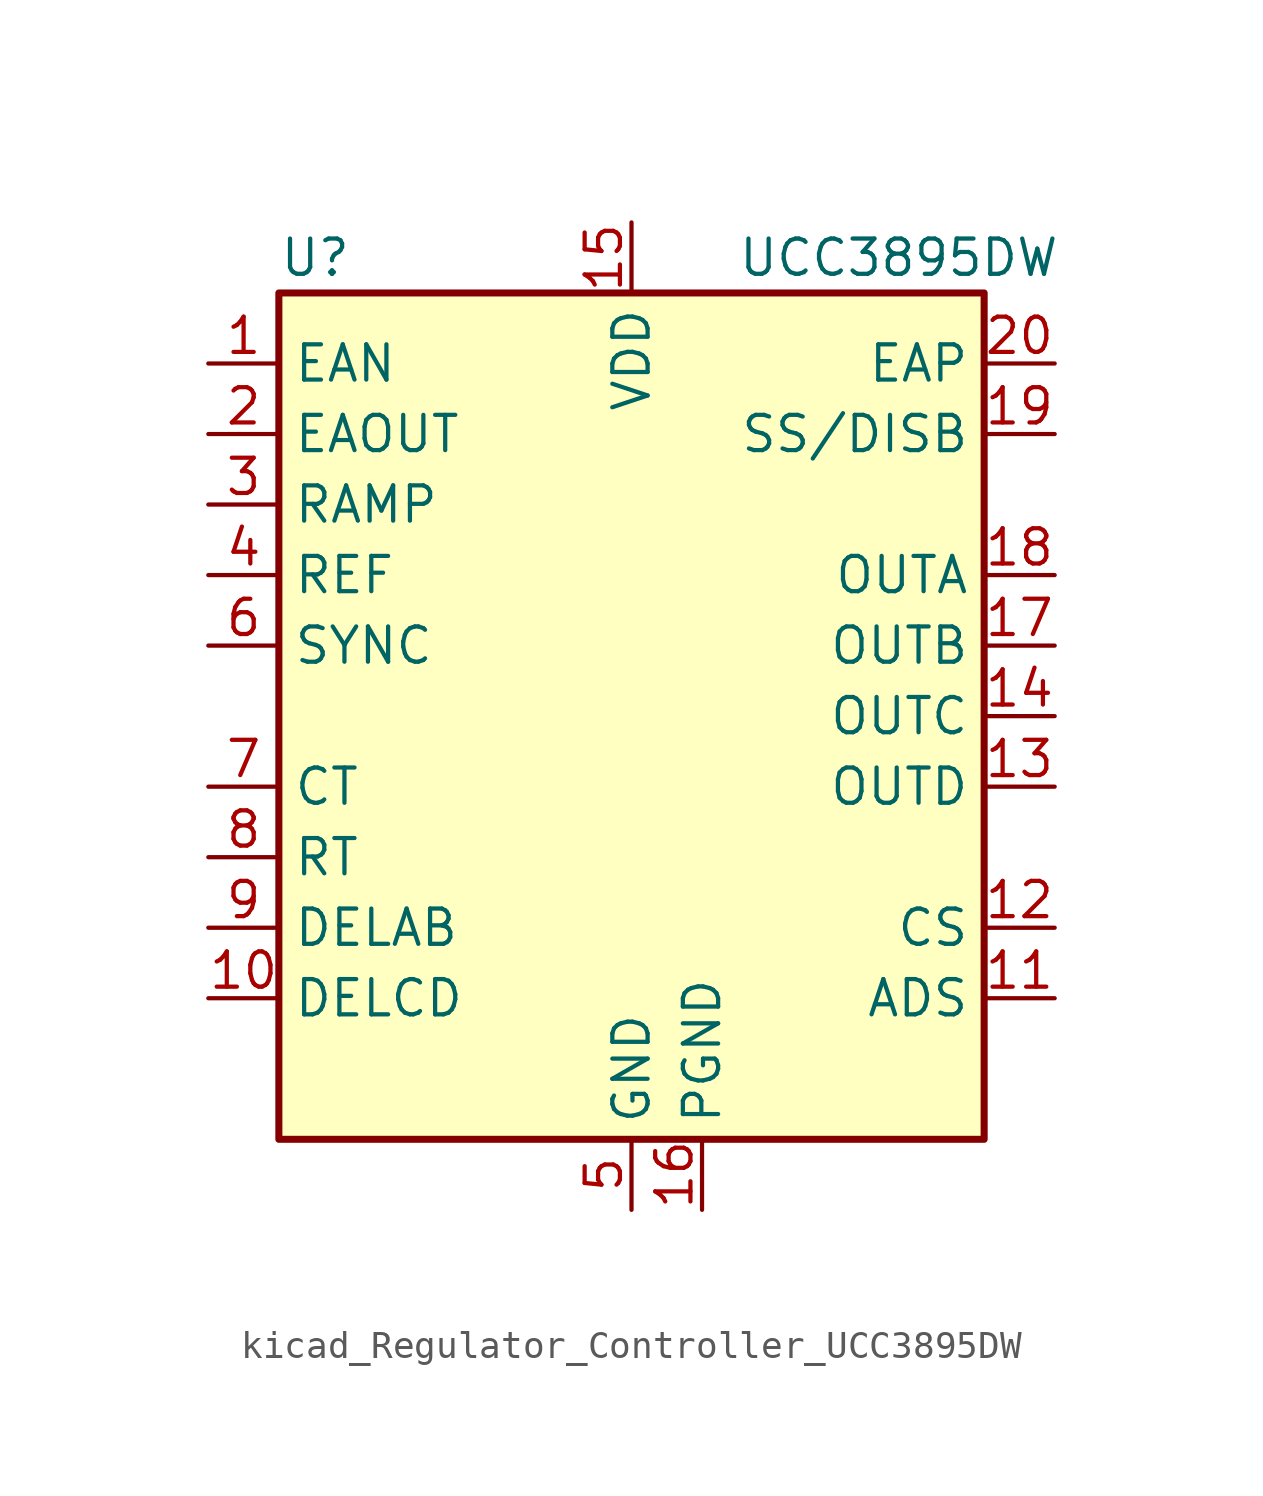
<source format=kicad_sym>
(kicad_symbol_lib
  (version 20220914)
  (generator kicad_symbol_editor)
  (symbol "kicad_Regulator_Controller_UCC3895DW"
    (property "Reference" "U"
      (at -12.7 16.51 0)
      (effects (font (size 1.27 1.27)) (justify left)))
    (property "Value" "UCC3895DW"
      (at 3.81 16.51 0)
      (effects (font (size 1.27 1.27)) (justify left)))
    (symbol "kicad_Regulator_Controller_UCC3895DW_0_1"
      (rectangle (start -12.7 15.24) (end 12.7 -15.24) (stroke (width 0.254) (type default)) (fill (type background))))
    (symbol "kicad_Regulator_Controller_UCC3895DW_1_1"
      (pin input line (at -15.24 12.7 0) (length 2.54) (name "EAN" (effects (font (size 1.27 1.27)))) (number "1" (effects (font (size 1.27 1.27)))))
      (pin passive line (at -15.24 -10.16 0) (length 2.54) (name "DELCD" (effects (font (size 1.27 1.27)))) (number "10" (effects (font (size 1.27 1.27)))))
      (pin input line (at 15.24 -10.16 180) (length 2.54) (name "ADS" (effects (font (size 1.27 1.27)))) (number "11" (effects (font (size 1.27 1.27)))))
      (pin input line (at 15.24 -7.62 180) (length 2.54) (name "CS" (effects (font (size 1.27 1.27)))) (number "12" (effects (font (size 1.27 1.27)))))
      (pin output line (at 15.24 -2.54 180) (length 2.54) (name "OUTD" (effects (font (size 1.27 1.27)))) (number "13" (effects (font (size 1.27 1.27)))))
      (pin output line (at 15.24 0 180) (length 2.54) (name "OUTC" (effects (font (size 1.27 1.27)))) (number "14" (effects (font (size 1.27 1.27)))))
      (pin power_in line (at 0 17.78 270) (length 2.54) (name "VDD" (effects (font (size 1.27 1.27)))) (number "15" (effects (font (size 1.27 1.27)))))
      (pin power_in line (at 2.54 -17.78 90) (length 2.54) (name "PGND" (effects (font (size 1.27 1.27)))) (number "16" (effects (font (size 1.27 1.27)))))
      (pin output line (at 15.24 2.54 180) (length 2.54) (name "OUTB" (effects (font (size 1.27 1.27)))) (number "17" (effects (font (size 1.27 1.27)))))
      (pin output line (at 15.24 5.08 180) (length 2.54) (name "OUTA" (effects (font (size 1.27 1.27)))) (number "18" (effects (font (size 1.27 1.27)))))
      (pin passive line (at 15.24 10.16 180) (length 2.54) (name "SS/DISB" (effects (font (size 1.27 1.27)))) (number "19" (effects (font (size 1.27 1.27)))))
      (pin bidirectional line (at -15.24 10.16 0) (length 2.54) (name "EAOUT" (effects (font (size 1.27 1.27)))) (number "2" (effects (font (size 1.27 1.27)))))
      (pin input line (at 15.24 12.7 180) (length 2.54) (name "EAP" (effects (font (size 1.27 1.27)))) (number "20" (effects (font (size 1.27 1.27)))))
      (pin input line (at -15.24 7.62 0) (length 2.54) (name "RAMP" (effects (font (size 1.27 1.27)))) (number "3" (effects (font (size 1.27 1.27)))))
      (pin output line (at -15.24 5.08 0) (length 2.54) (name "REF" (effects (font (size 1.27 1.27)))) (number "4" (effects (font (size 1.27 1.27)))))
      (pin power_in line (at 0 -17.78 90) (length 2.54) (name "GND" (effects (font (size 1.27 1.27)))) (number "5" (effects (font (size 1.27 1.27)))))
      (pin bidirectional line (at -15.24 2.54 0) (length 2.54) (name "SYNC" (effects (font (size 1.27 1.27)))) (number "6" (effects (font (size 1.27 1.27)))))
      (pin passive line (at -15.24 -2.54 0) (length 2.54) (name "CT" (effects (font (size 1.27 1.27)))) (number "7" (effects (font (size 1.27 1.27)))))
      (pin passive line (at -15.24 -5.08 0) (length 2.54) (name "RT" (effects (font (size 1.27 1.27)))) (number "8" (effects (font (size 1.27 1.27)))))
      (pin passive line (at -15.24 -7.62 0) (length 2.54) (name "DELAB" (effects (font (size 1.27 1.27)))) (number "9" (effects (font (size 1.27 1.27))))))))
</source>
